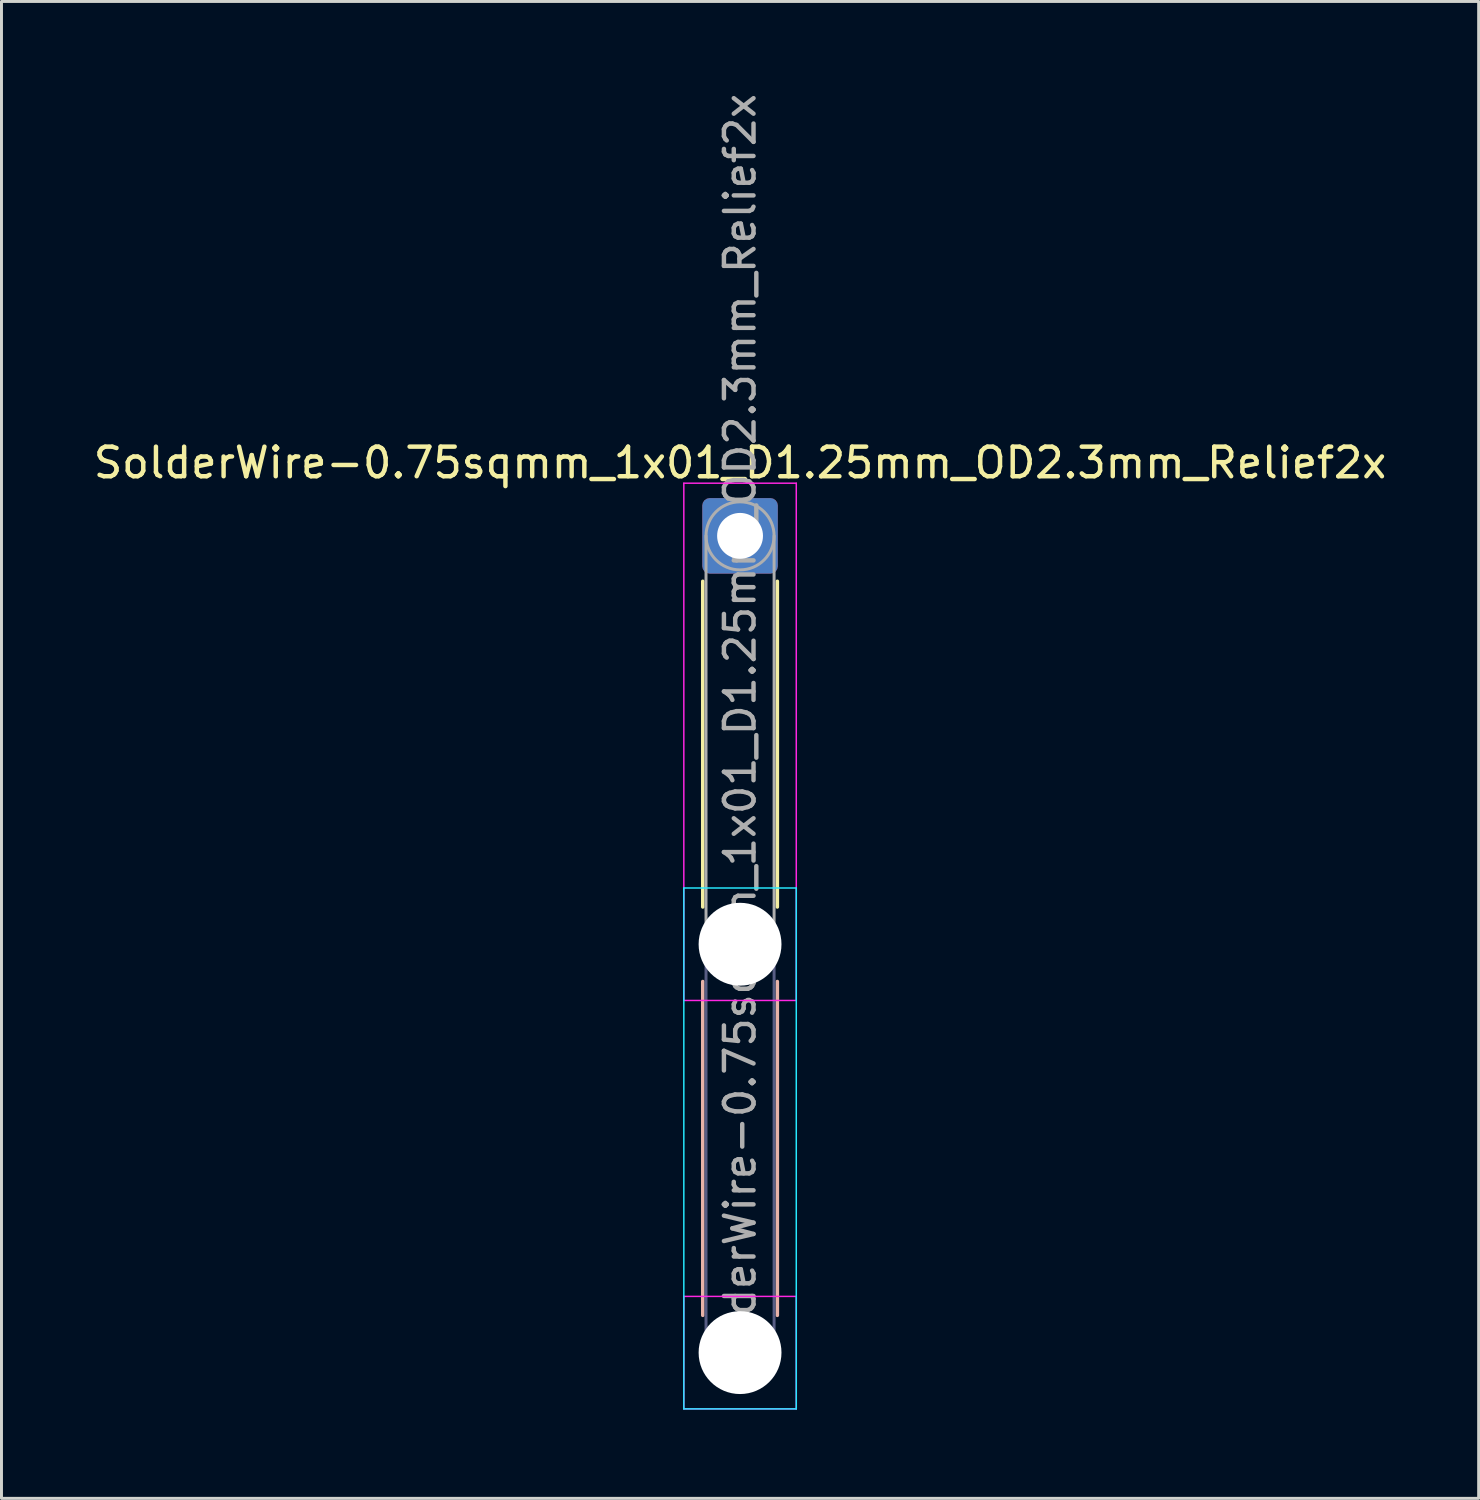
<source format=kicad_pcb>
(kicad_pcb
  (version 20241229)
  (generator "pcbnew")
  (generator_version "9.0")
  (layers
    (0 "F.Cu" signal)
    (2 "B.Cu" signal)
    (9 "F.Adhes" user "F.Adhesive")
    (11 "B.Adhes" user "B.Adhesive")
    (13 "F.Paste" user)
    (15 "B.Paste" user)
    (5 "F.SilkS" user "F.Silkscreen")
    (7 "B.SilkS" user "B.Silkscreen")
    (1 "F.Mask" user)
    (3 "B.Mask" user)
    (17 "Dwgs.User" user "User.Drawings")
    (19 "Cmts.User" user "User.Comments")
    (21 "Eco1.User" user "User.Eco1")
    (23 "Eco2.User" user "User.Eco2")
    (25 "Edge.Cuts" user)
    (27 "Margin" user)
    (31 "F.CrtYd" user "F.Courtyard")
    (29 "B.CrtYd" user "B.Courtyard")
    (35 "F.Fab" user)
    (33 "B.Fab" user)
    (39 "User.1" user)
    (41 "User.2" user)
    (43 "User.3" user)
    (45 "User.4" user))
  (footprint "SolderWire-0.75sqmm_1x01_D1.25mm_OD2.3mm_Relief2x"
    (layer "F.Cu")
    (at 21.958 15.058)
    (property "Reference" "SolderWire-0.75sqmm_1x01_D1.25mm_OD2.3mm_Relief2x" (at 0 -2.47 0) (layer "F.SilkS") (effects (font (size 1 1) (thickness 0.15))))
    (attr exclude_from_pos_files exclude_from_bom)
    (fp_line (start -1.26 1.535) (end -1.26 12.54) (stroke (width 0.12) (type solid)) (layer "F.SilkS"))
    (fp_line (start 1.26 1.535) (end 1.26 12.54) (stroke (width 0.12) (type solid)) (layer "F.SilkS"))
    (fp_line (start -1.26 15.06) (end -1.26 26.34) (stroke (width 0.12) (type solid)) (layer "B.SilkS"))
    (fp_line (start 1.26 15.06) (end 1.26 26.34) (stroke (width 0.12) (type solid)) (layer "B.SilkS"))
    (fp_line (start -1.9 11.9) (end -1.9 29.5) (stroke (width 0.05) (type solid)) (layer "B.CrtYd"))
    (fp_line (start -1.9 29.5) (end 1.9 29.5) (stroke (width 0.05) (type solid)) (layer "B.CrtYd"))
    (fp_line (start 1.9 11.9) (end -1.9 11.9) (stroke (width 0.05) (type solid)) (layer "B.CrtYd"))
    (fp_line (start 1.9 29.5) (end 1.9 11.9) (stroke (width 0.05) (type solid)) (layer "B.CrtYd"))
    (fp_line (start -1.9 -1.78) (end -1.9 15.7) (stroke (width 0.05) (type solid)) (layer "F.CrtYd"))
    (fp_line (start -1.9 15.7) (end 1.9 15.7) (stroke (width 0.05) (type solid)) (layer "F.CrtYd"))
    (fp_line (start -1.9 25.7) (end -1.9 29.5) (stroke (width 0.05) (type solid)) (layer "F.CrtYd"))
    (fp_line (start -1.9 29.5) (end 1.9 29.5) (stroke (width 0.05) (type solid)) (layer "F.CrtYd"))
    (fp_line (start 1.9 -1.78) (end -1.9 -1.78) (stroke (width 0.05) (type solid)) (layer "F.CrtYd"))
    (fp_line (start 1.9 15.7) (end 1.9 -1.78) (stroke (width 0.05) (type solid)) (layer "F.CrtYd"))
    (fp_line (start 1.9 25.7) (end -1.9 25.7) (stroke (width 0.05) (type solid)) (layer "F.CrtYd"))
    (fp_line (start 1.9 29.5) (end 1.9 25.7) (stroke (width 0.05) (type solid)) (layer "F.CrtYd"))
    (fp_line (start -1.15 13.8) (end -1.15 27.6) (stroke (width 0.1) (type solid)) (layer "B.Fab"))
    (fp_line (start 1.15 13.8) (end 1.15 27.6) (stroke (width 0.1) (type solid)) (layer "B.Fab"))
    (fp_circle (center 0 13.8) (end 1.15 13.8) (stroke (width 0.1) (type solid)) (fill no) (layer "B.Fab"))
    (fp_circle (center 0 27.6) (end 1.15 27.6) (stroke (width 0.1) (type solid)) (fill no) (layer "B.Fab"))
    (fp_line (start -1.15 0) (end -1.15 13.8) (stroke (width 0.1) (type solid)) (layer "F.Fab"))
    (fp_line (start 1.15 0) (end 1.15 13.8) (stroke (width 0.1) (type solid)) (layer "F.Fab"))
    (fp_circle (center 0 0) (end 1.15 0) (stroke (width 0.1) (type solid)) (fill no) (layer "F.Fab"))
    (fp_circle (center 0 13.8) (end 1.15 13.8) (stroke (width 0.1) (type solid)) (fill no) (layer "F.Fab"))
    (fp_circle (center 0 27.6) (end 1.15 27.6) (stroke (width 0.1) (type solid)) (fill no) (layer "F.Fab"))
    (fp_text user "${REFERENCE}" (at 0 6.9 90) (layer "F.Fab") (effects (font (size 1 1) (thickness 0.15))))
    (pad "" np_thru_hole circle (at 0 13.8) (size 2.8 2.8) (drill 2.8) (layers "*.Cu" "*.Mask"))
    (pad "" np_thru_hole circle (at 0 27.6) (size 2.8 2.8) (drill 2.8) (layers "*.Cu" "*.Mask"))
    (pad "1" thru_hole roundrect (at 0 0) (size 2.55 2.55) (drill 1.55) (layers "*.Cu" "*.Mask") (roundrect_rratio 0.098)))
  (gr_rect
    (start -3 -3)
    (end 46.917 47.583)
    (stroke (width 0.1) (type default))
    (fill no)
    (layer "Edge.Cuts")))
</source>
